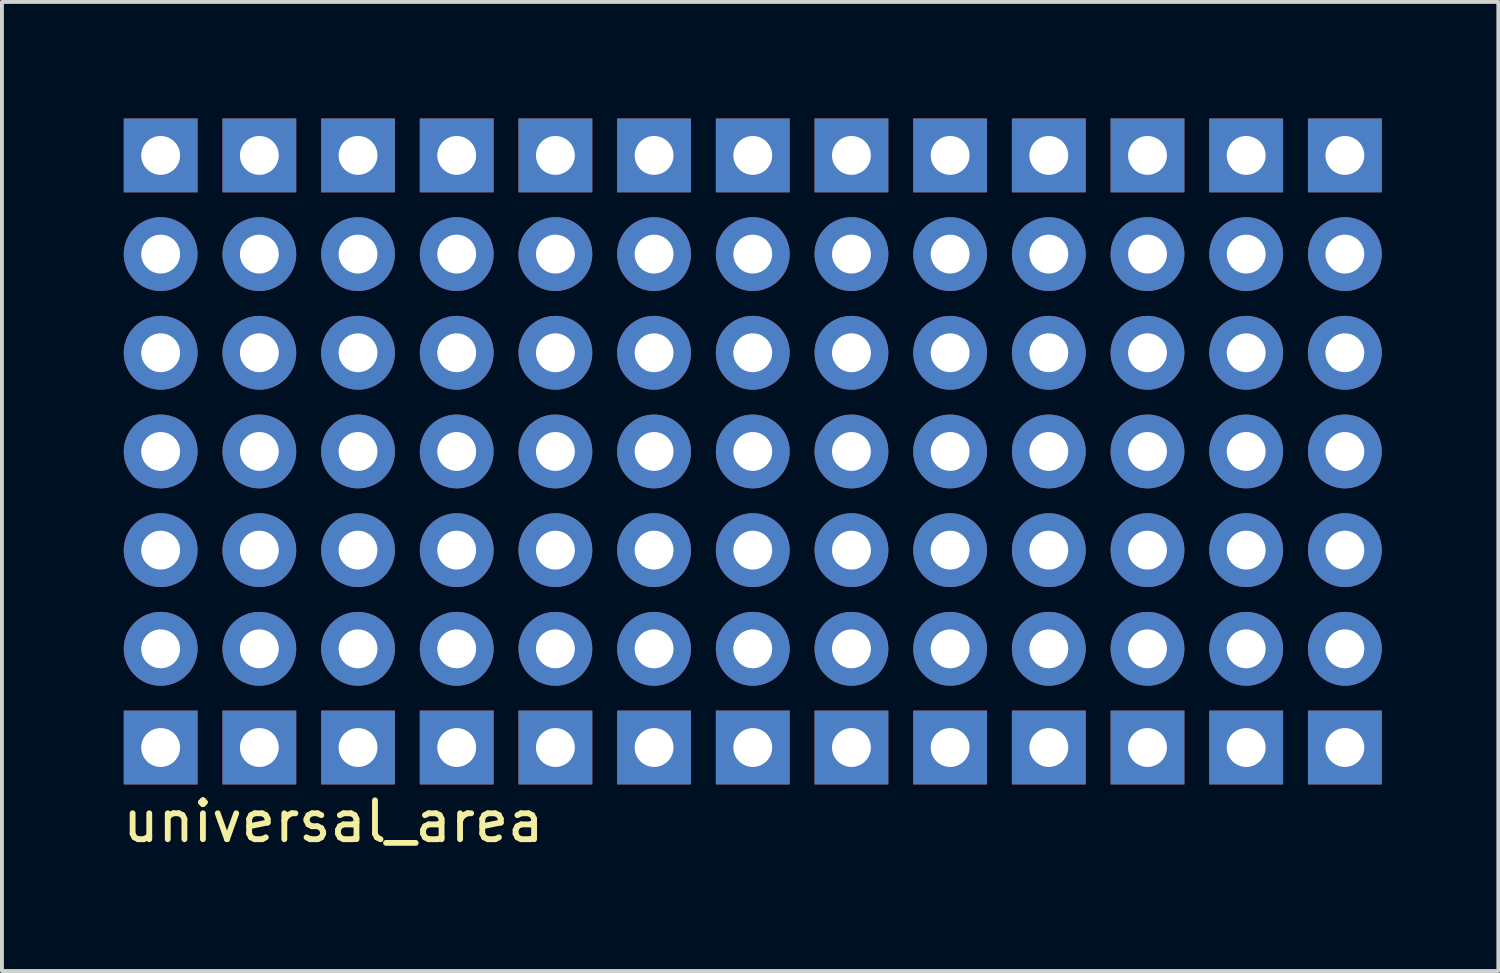
<source format=kicad_pcb>
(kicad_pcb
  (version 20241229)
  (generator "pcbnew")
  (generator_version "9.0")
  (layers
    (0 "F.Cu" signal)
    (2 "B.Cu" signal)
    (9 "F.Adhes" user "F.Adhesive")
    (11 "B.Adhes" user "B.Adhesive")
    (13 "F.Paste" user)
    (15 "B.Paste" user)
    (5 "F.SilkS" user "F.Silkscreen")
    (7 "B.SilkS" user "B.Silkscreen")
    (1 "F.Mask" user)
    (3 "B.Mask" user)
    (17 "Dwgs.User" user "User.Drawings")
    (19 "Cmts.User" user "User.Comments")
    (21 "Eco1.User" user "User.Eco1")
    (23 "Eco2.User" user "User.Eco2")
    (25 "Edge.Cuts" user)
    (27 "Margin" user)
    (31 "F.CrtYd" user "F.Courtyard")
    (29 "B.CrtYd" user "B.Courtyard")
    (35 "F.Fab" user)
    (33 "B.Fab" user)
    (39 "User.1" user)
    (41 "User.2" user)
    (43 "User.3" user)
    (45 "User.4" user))
  (footprint "universal_area"
    (layer "F.Cu")
    (at 1.085 16.19)
    (property "Reference" "universal_area" (at 4.445 1.905 0) (layer "F.SilkS") (effects (font (size 1 1) (thickness 0.15))))
    (attr through_hole)
    (pad "1" thru_hole rect (at 0 0) (size 1.9 1.9) (drill 1) (layers "*.Cu" "*.Mask"))
    (pad "1" thru_hole rect (at 2.54 0) (size 1.9 1.9) (drill 1) (layers "*.Cu" "*.Mask"))
    (pad "1" thru_hole rect (at 5.08 0) (size 1.9 1.9) (drill 1) (layers "*.Cu" "*.Mask"))
    (pad "1" thru_hole rect (at 7.62 0) (size 1.9 1.9) (drill 1) (layers "*.Cu" "*.Mask"))
    (pad "1" thru_hole rect (at 10.16 0) (size 1.9 1.9) (drill 1) (layers "*.Cu" "*.Mask"))
    (pad "1" thru_hole rect (at 12.7 0) (size 1.9 1.9) (drill 1) (layers "*.Cu" "*.Mask"))
    (pad "1" thru_hole rect (at 15.24 0) (size 1.9 1.9) (drill 1) (layers "*.Cu" "*.Mask"))
    (pad "1" thru_hole rect (at 17.78 0) (size 1.9 1.9) (drill 1) (layers "*.Cu" "*.Mask"))
    (pad "1" thru_hole rect (at 20.32 0) (size 1.9 1.9) (drill 1) (layers "*.Cu" "*.Mask"))
    (pad "1" thru_hole rect (at 22.86 0) (size 1.9 1.9) (drill 1) (layers "*.Cu" "*.Mask"))
    (pad "1" thru_hole rect (at 25.4 0) (size 1.9 1.9) (drill 1) (layers "*.Cu" "*.Mask"))
    (pad "1" thru_hole rect (at 27.94 0) (size 1.9 1.9) (drill 1) (layers "*.Cu" "*.Mask"))
    (pad "1" thru_hole rect (at 30.48 0) (size 1.9 1.9) (drill 1) (layers "*.Cu" "*.Mask"))
    (pad "2" thru_hole rect (at 0 -15.24) (size 1.9 1.9) (drill 1) (layers "*.Cu" "*.Mask"))
    (pad "2" thru_hole rect (at 2.54 -15.24) (size 1.9 1.9) (drill 1) (layers "*.Cu" "*.Mask"))
    (pad "2" thru_hole rect (at 5.08 -15.24) (size 1.9 1.9) (drill 1) (layers "*.Cu" "*.Mask"))
    (pad "2" thru_hole rect (at 7.62 -15.24) (size 1.9 1.9) (drill 1) (layers "*.Cu" "*.Mask"))
    (pad "2" thru_hole rect (at 10.16 -15.24) (size 1.9 1.9) (drill 1) (layers "*.Cu" "*.Mask"))
    (pad "2" thru_hole rect (at 12.7 -15.24) (size 1.9 1.9) (drill 1) (layers "*.Cu" "*.Mask"))
    (pad "2" thru_hole rect (at 15.24 -15.24) (size 1.9 1.9) (drill 1) (layers "*.Cu" "*.Mask"))
    (pad "2" thru_hole rect (at 17.78 -15.24) (size 1.9 1.9) (drill 1) (layers "*.Cu" "*.Mask"))
    (pad "2" thru_hole rect (at 20.32 -15.24) (size 1.9 1.9) (drill 1) (layers "*.Cu" "*.Mask"))
    (pad "2" thru_hole rect (at 22.86 -15.24) (size 1.9 1.9) (drill 1) (layers "*.Cu" "*.Mask"))
    (pad "2" thru_hole rect (at 25.4 -15.24) (size 1.9 1.9) (drill 1) (layers "*.Cu" "*.Mask"))
    (pad "2" thru_hole rect (at 27.94 -15.24) (size 1.9 1.9) (drill 1) (layers "*.Cu" "*.Mask"))
    (pad "2" thru_hole rect (at 30.48 -15.24) (size 1.9 1.9) (drill 1) (layers "*.Cu" "*.Mask"))
    (pad "~" thru_hole circle (at 0 -12.7) (size 1.9 1.9) (drill 1) (layers "*.Cu" "*.Mask"))
    (pad "~" thru_hole circle (at 0 -10.16) (size 1.9 1.9) (drill 1) (layers "*.Cu" "*.Mask"))
    (pad "~" thru_hole circle (at 0 -7.62) (size 1.9 1.9) (drill 1) (layers "*.Cu" "*.Mask"))
    (pad "~" thru_hole circle (at 0 -5.08) (size 1.9 1.9) (drill 1) (layers "*.Cu" "*.Mask"))
    (pad "~" thru_hole circle (at 0 -2.54) (size 1.9 1.9) (drill 1) (layers "*.Cu" "*.Mask"))
    (pad "~" thru_hole circle (at 2.54 -12.7) (size 1.9 1.9) (drill 1) (layers "*.Cu" "*.Mask"))
    (pad "~" thru_hole circle (at 2.54 -10.16) (size 1.9 1.9) (drill 1) (layers "*.Cu" "*.Mask"))
    (pad "~" thru_hole circle (at 2.54 -7.62) (size 1.9 1.9) (drill 1) (layers "*.Cu" "*.Mask"))
    (pad "~" thru_hole circle (at 2.54 -5.08) (size 1.9 1.9) (drill 1) (layers "*.Cu" "*.Mask"))
    (pad "~" thru_hole circle (at 2.54 -2.54) (size 1.9 1.9) (drill 1) (layers "*.Cu" "*.Mask"))
    (pad "~" thru_hole circle (at 5.08 -12.7) (size 1.9 1.9) (drill 1) (layers "*.Cu" "*.Mask"))
    (pad "~" thru_hole circle (at 5.08 -10.16) (size 1.9 1.9) (drill 1) (layers "*.Cu" "*.Mask"))
    (pad "~" thru_hole circle (at 5.08 -7.62) (size 1.9 1.9) (drill 1) (layers "*.Cu" "*.Mask"))
    (pad "~" thru_hole circle (at 5.08 -5.08) (size 1.9 1.9) (drill 1) (layers "*.Cu" "*.Mask"))
    (pad "~" thru_hole circle (at 5.08 -2.54) (size 1.9 1.9) (drill 1) (layers "*.Cu" "*.Mask"))
    (pad "~" thru_hole circle (at 7.62 -12.7) (size 1.9 1.9) (drill 1) (layers "*.Cu" "*.Mask"))
    (pad "~" thru_hole circle (at 7.62 -10.16) (size 1.9 1.9) (drill 1) (layers "*.Cu" "*.Mask"))
    (pad "~" thru_hole circle (at 7.62 -7.62) (size 1.9 1.9) (drill 1) (layers "*.Cu" "*.Mask"))
    (pad "~" thru_hole circle (at 7.62 -5.08) (size 1.9 1.9) (drill 1) (layers "*.Cu" "*.Mask"))
    (pad "~" thru_hole circle (at 7.62 -2.54) (size 1.9 1.9) (drill 1) (layers "*.Cu" "*.Mask"))
    (pad "~" thru_hole circle (at 10.16 -12.7) (size 1.9 1.9) (drill 1) (layers "*.Cu" "*.Mask"))
    (pad "~" thru_hole circle (at 10.16 -10.16) (size 1.9 1.9) (drill 1) (layers "*.Cu" "*.Mask"))
    (pad "~" thru_hole circle (at 10.16 -7.62) (size 1.9 1.9) (drill 1) (layers "*.Cu" "*.Mask"))
    (pad "~" thru_hole circle (at 10.16 -5.08) (size 1.9 1.9) (drill 1) (layers "*.Cu" "*.Mask"))
    (pad "~" thru_hole circle (at 10.16 -2.54) (size 1.9 1.9) (drill 1) (layers "*.Cu" "*.Mask"))
    (pad "~" thru_hole circle (at 12.7 -12.7) (size 1.9 1.9) (drill 1) (layers "*.Cu" "*.Mask"))
    (pad "~" thru_hole circle (at 12.7 -10.16) (size 1.9 1.9) (drill 1) (layers "*.Cu" "*.Mask"))
    (pad "~" thru_hole circle (at 12.7 -7.62) (size 1.9 1.9) (drill 1) (layers "*.Cu" "*.Mask"))
    (pad "~" thru_hole circle (at 12.7 -5.08) (size 1.9 1.9) (drill 1) (layers "*.Cu" "*.Mask"))
    (pad "~" thru_hole circle (at 12.7 -2.54) (size 1.9 1.9) (drill 1) (layers "*.Cu" "*.Mask"))
    (pad "~" thru_hole circle (at 15.24 -12.7) (size 1.9 1.9) (drill 1) (layers "*.Cu" "*.Mask"))
    (pad "~" thru_hole circle (at 15.24 -10.16) (size 1.9 1.9) (drill 1) (layers "*.Cu" "*.Mask"))
    (pad "~" thru_hole circle (at 15.24 -7.62) (size 1.9 1.9) (drill 1) (layers "*.Cu" "*.Mask"))
    (pad "~" thru_hole circle (at 15.24 -5.08) (size 1.9 1.9) (drill 1) (layers "*.Cu" "*.Mask"))
    (pad "~" thru_hole circle (at 15.24 -2.54) (size 1.9 1.9) (drill 1) (layers "*.Cu" "*.Mask"))
    (pad "~" thru_hole circle (at 17.78 -12.7) (size 1.9 1.9) (drill 1) (layers "*.Cu" "*.Mask"))
    (pad "~" thru_hole circle (at 17.78 -10.16) (size 1.9 1.9) (drill 1) (layers "*.Cu" "*.Mask"))
    (pad "~" thru_hole circle (at 17.78 -7.62) (size 1.9 1.9) (drill 1) (layers "*.Cu" "*.Mask"))
    (pad "~" thru_hole circle (at 17.78 -5.08) (size 1.9 1.9) (drill 1) (layers "*.Cu" "*.Mask"))
    (pad "~" thru_hole circle (at 17.78 -2.54) (size 1.9 1.9) (drill 1) (layers "*.Cu" "*.Mask"))
    (pad "~" thru_hole circle (at 20.32 -12.7) (size 1.9 1.9) (drill 1) (layers "*.Cu" "*.Mask"))
    (pad "~" thru_hole circle (at 20.32 -10.16) (size 1.9 1.9) (drill 1) (layers "*.Cu" "*.Mask"))
    (pad "~" thru_hole circle (at 20.32 -7.62) (size 1.9 1.9) (drill 1) (layers "*.Cu" "*.Mask"))
    (pad "~" thru_hole circle (at 20.32 -5.08) (size 1.9 1.9) (drill 1) (layers "*.Cu" "*.Mask"))
    (pad "~" thru_hole circle (at 20.32 -2.54) (size 1.9 1.9) (drill 1) (layers "*.Cu" "*.Mask"))
    (pad "~" thru_hole circle (at 22.86 -12.7) (size 1.9 1.9) (drill 1) (layers "*.Cu" "*.Mask"))
    (pad "~" thru_hole circle (at 22.86 -10.16) (size 1.9 1.9) (drill 1) (layers "*.Cu" "*.Mask"))
    (pad "~" thru_hole circle (at 22.86 -7.62) (size 1.9 1.9) (drill 1) (layers "*.Cu" "*.Mask"))
    (pad "~" thru_hole circle (at 22.86 -5.08) (size 1.9 1.9) (drill 1) (layers "*.Cu" "*.Mask"))
    (pad "~" thru_hole circle (at 22.86 -2.54) (size 1.9 1.9) (drill 1) (layers "*.Cu" "*.Mask"))
    (pad "~" thru_hole circle (at 25.4 -12.7) (size 1.9 1.9) (drill 1) (layers "*.Cu" "*.Mask"))
    (pad "~" thru_hole circle (at 25.4 -10.16) (size 1.9 1.9) (drill 1) (layers "*.Cu" "*.Mask"))
    (pad "~" thru_hole circle (at 25.4 -7.62) (size 1.9 1.9) (drill 1) (layers "*.Cu" "*.Mask"))
    (pad "~" thru_hole circle (at 25.4 -5.08) (size 1.9 1.9) (drill 1) (layers "*.Cu" "*.Mask"))
    (pad "~" thru_hole circle (at 25.4 -2.54) (size 1.9 1.9) (drill 1) (layers "*.Cu" "*.Mask"))
    (pad "~" thru_hole circle (at 27.94 -12.7) (size 1.9 1.9) (drill 1) (layers "*.Cu" "*.Mask"))
    (pad "~" thru_hole circle (at 27.94 -10.16) (size 1.9 1.9) (drill 1) (layers "*.Cu" "*.Mask"))
    (pad "~" thru_hole circle (at 27.94 -7.62) (size 1.9 1.9) (drill 1) (layers "*.Cu" "*.Mask"))
    (pad "~" thru_hole circle (at 27.94 -5.08) (size 1.9 1.9) (drill 1) (layers "*.Cu" "*.Mask"))
    (pad "~" thru_hole circle (at 27.94 -2.54) (size 1.9 1.9) (drill 1) (layers "*.Cu" "*.Mask"))
    (pad "~" thru_hole circle (at 30.48 -12.7) (size 1.9 1.9) (drill 1) (layers "*.Cu" "*.Mask"))
    (pad "~" thru_hole circle (at 30.48 -10.16) (size 1.9 1.9) (drill 1) (layers "*.Cu" "*.Mask"))
    (pad "~" thru_hole circle (at 30.48 -7.62) (size 1.9 1.9) (drill 1) (layers "*.Cu" "*.Mask"))
    (pad "~" thru_hole circle (at 30.48 -5.08) (size 1.9 1.9) (drill 1) (layers "*.Cu" "*.Mask"))
    (pad "~" thru_hole circle (at 30.48 -2.54) (size 1.9 1.9) (drill 1) (layers "*.Cu" "*.Mask")))
  (gr_rect
    (start -3 -3)
    (end 35.515 21.943)
    (stroke (width 0.1) (type default))
    (fill no)
    (layer "Edge.Cuts")))
</source>
